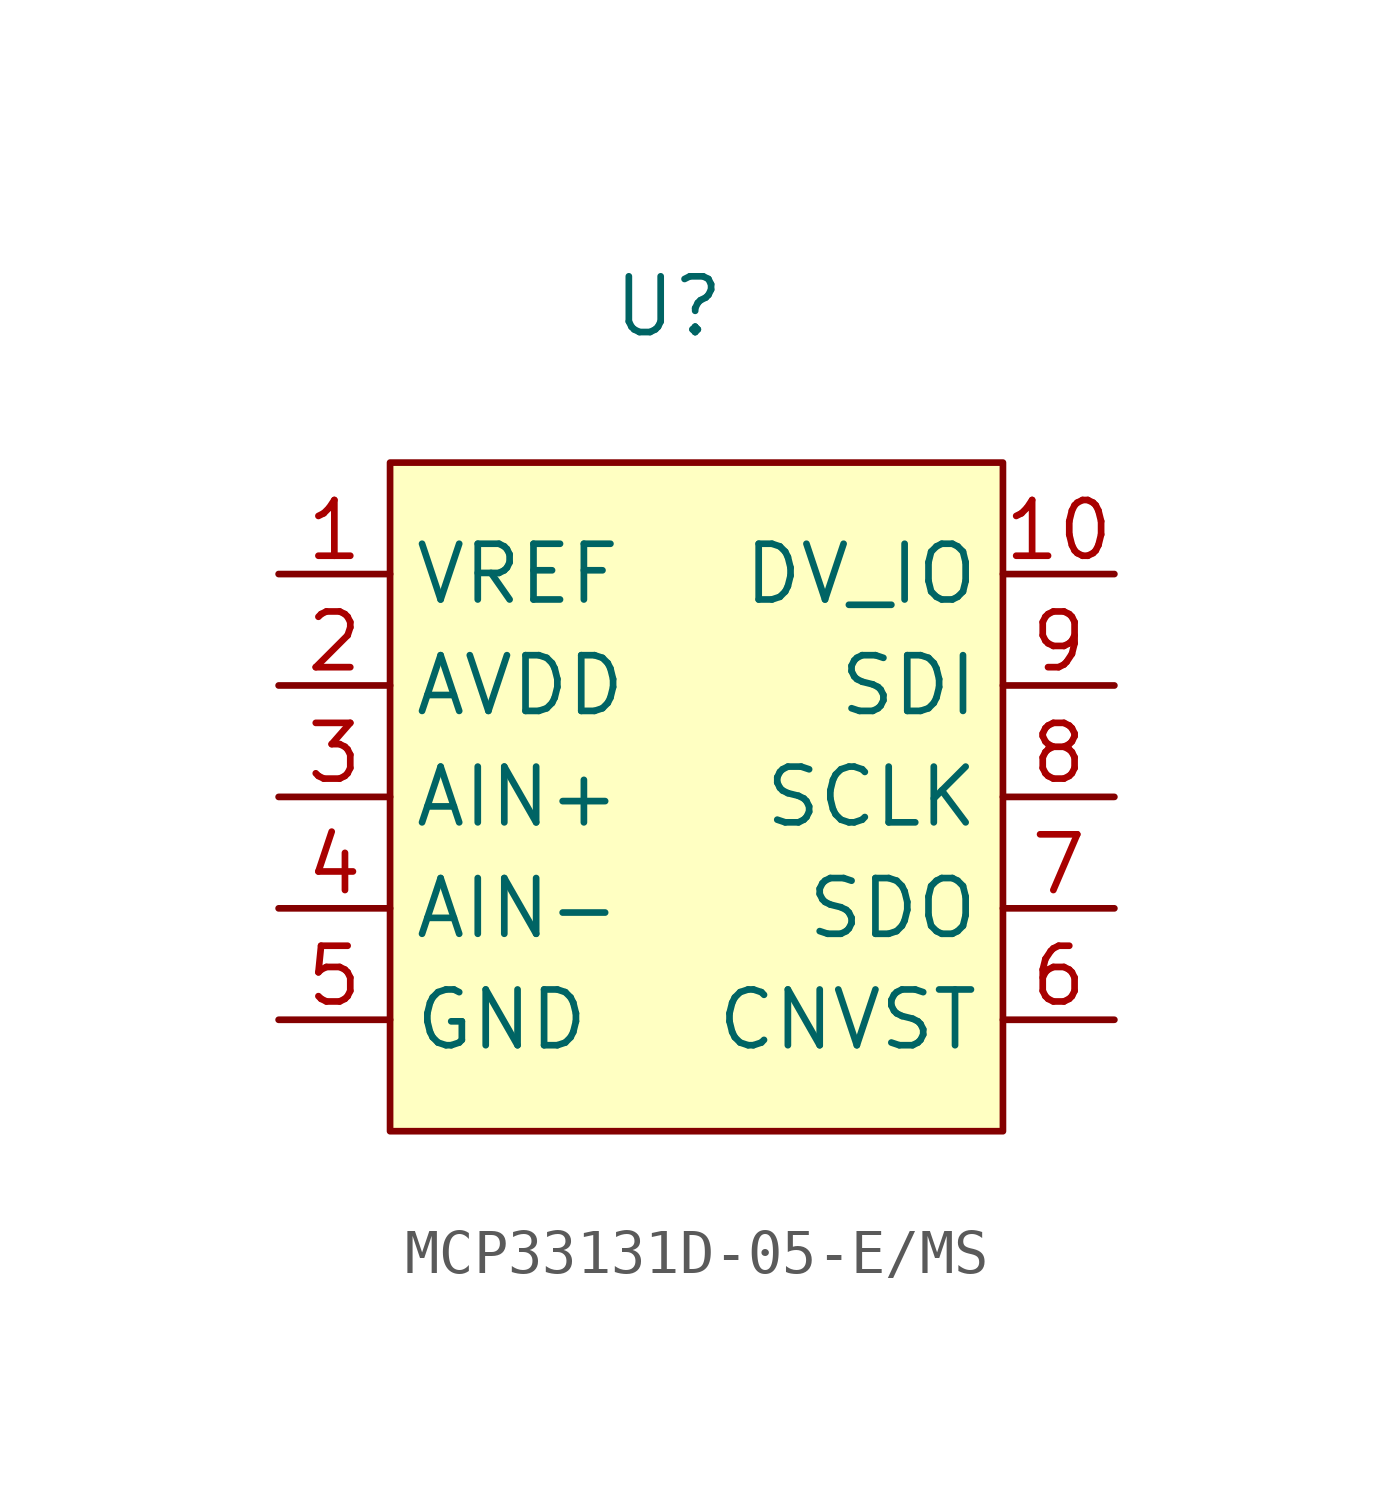
<source format=kicad_sym>
(kicad_symbol_lib
  (version 20241209)
  (generator "kicad_symbol_editor")
  (generator_version "9.0")
  (symbol "MCP33131D-05-E/MS"
    (property "Reference" "U"
      (at 0 13.716 0)
      (effects (font (size 1.27 1.27))))
    (property "Value" ""
      (at 0 0 0)
      (effects (font (size 1.27 1.27))))
    (symbol "MCP33131D-05-E/MS_1_1"
      (rectangle (start -6.35 10.16) (end 7.62 -5.08) (stroke (width 0) (type solid)) (fill (type background)))
      (pin power_in line (at -8.89 7.62 0) (length 2.54) (name "VREF" (effects (font (size 1.27 1.27)))) (number "1" (effects (font (size 1.27 1.27)))))
      (pin power_in line (at -8.89 5.08 0) (length 2.54) (name "AVDD" (effects (font (size 1.27 1.27)))) (number "2" (effects (font (size 1.27 1.27)))))
      (pin input line (at -8.89 2.54 0) (length 2.54) (name "AIN+" (effects (font (size 1.27 1.27)))) (number "3" (effects (font (size 1.27 1.27)))))
      (pin input line (at -8.89 0 0) (length 2.54) (name "AIN-" (effects (font (size 1.27 1.27)))) (number "4" (effects (font (size 1.27 1.27)))))
      (pin power_in line (at -8.89 -2.54 0) (length 2.54) (name "GND" (effects (font (size 1.27 1.27)))) (number "5" (effects (font (size 1.27 1.27)))))
      (pin power_in line (at 10.16 7.62 180) (length 2.54) (name "DV_IO" (effects (font (size 1.27 1.27)))) (number "10" (effects (font (size 1.27 1.27)))))
      (pin input line (at 10.16 5.08 180) (length 2.54) (name "SDI" (effects (font (size 1.27 1.27)))) (number "9" (effects (font (size 1.27 1.27)))))
      (pin input line (at 10.16 2.54 180) (length 2.54) (name "SCLK" (effects (font (size 1.27 1.27)))) (number "8" (effects (font (size 1.27 1.27)))))
      (pin output line (at 10.16 0 180) (length 2.54) (name "SDO" (effects (font (size 1.27 1.27)))) (number "7" (effects (font (size 1.27 1.27)))))
      (pin input line (at 10.16 -2.54 180) (length 2.54) (name "CNVST" (effects (font (size 1.27 1.27)))) (number "6" (effects (font (size 1.27 1.27))))))))
</source>
